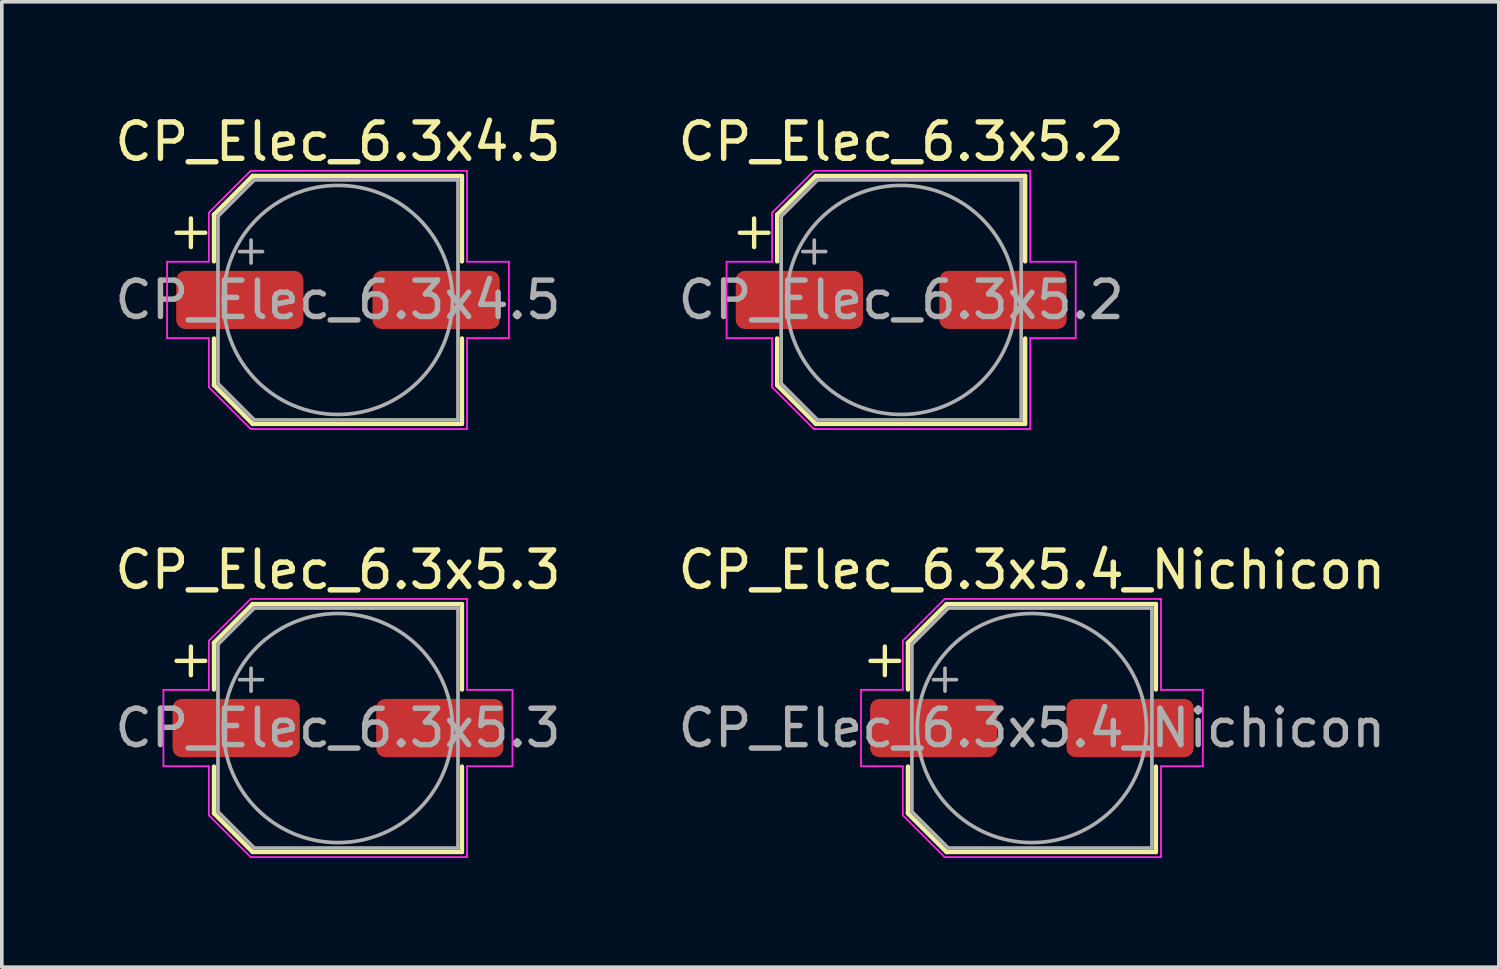
<source format=kicad_pcb>
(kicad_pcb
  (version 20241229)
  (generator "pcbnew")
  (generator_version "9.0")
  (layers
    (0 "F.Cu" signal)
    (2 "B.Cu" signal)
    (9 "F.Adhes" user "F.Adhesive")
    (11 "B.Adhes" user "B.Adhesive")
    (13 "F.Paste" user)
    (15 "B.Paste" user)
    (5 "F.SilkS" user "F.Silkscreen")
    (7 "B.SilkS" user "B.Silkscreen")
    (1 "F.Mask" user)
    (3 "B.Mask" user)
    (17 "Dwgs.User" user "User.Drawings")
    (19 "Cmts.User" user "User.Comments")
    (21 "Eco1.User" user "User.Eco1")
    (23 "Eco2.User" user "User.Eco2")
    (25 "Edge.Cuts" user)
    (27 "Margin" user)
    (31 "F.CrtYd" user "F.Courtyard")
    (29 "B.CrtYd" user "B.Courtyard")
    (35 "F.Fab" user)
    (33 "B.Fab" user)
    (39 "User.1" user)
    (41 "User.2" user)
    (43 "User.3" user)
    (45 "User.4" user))
  (footprint "CP_Elec_6.3x5.2"
    (layer "F.Cu")
    (at 21.732 5.198)
    (property "Reference" "CP_Elec_6.3x5.2" (at 0 -4.35 0) (layer "F.SilkS") (effects (font (size 1 1) (thickness 0.15))))
    (attr smd)
    (fp_line (start -4.438 -1.847) (end -3.65 -1.847) (stroke (width 0.12) (type solid)) (layer "F.SilkS"))
    (fp_line (start -4.044 -2.241) (end -4.044 -1.454) (stroke (width 0.12) (type solid)) (layer "F.SilkS"))
    (fp_line (start -3.41 -2.346) (end -3.41 -1.06) (stroke (width 0.12) (type solid)) (layer "F.SilkS"))
    (fp_line (start -3.41 -2.346) (end -2.346 -3.41) (stroke (width 0.12) (type solid)) (layer "F.SilkS"))
    (fp_line (start -3.41 2.346) (end -3.41 1.06) (stroke (width 0.12) (type solid)) (layer "F.SilkS"))
    (fp_line (start -3.41 2.346) (end -2.346 3.41) (stroke (width 0.12) (type solid)) (layer "F.SilkS"))
    (fp_line (start -2.346 -3.41) (end 3.41 -3.41) (stroke (width 0.12) (type solid)) (layer "F.SilkS"))
    (fp_line (start -2.346 3.41) (end 3.41 3.41) (stroke (width 0.12) (type solid)) (layer "F.SilkS"))
    (fp_line (start 3.41 -3.41) (end 3.41 -1.06) (stroke (width 0.12) (type solid)) (layer "F.SilkS"))
    (fp_line (start 3.41 3.41) (end 3.41 1.06) (stroke (width 0.12) (type solid)) (layer "F.SilkS"))
    (fp_line (start -4.8 -1.05) (end -4.8 1.05) (stroke (width 0.05) (type solid)) (layer "F.CrtYd"))
    (fp_line (start -4.8 1.05) (end -3.55 1.05) (stroke (width 0.05) (type solid)) (layer "F.CrtYd"))
    (fp_line (start -3.55 -2.4) (end -3.55 -1.05) (stroke (width 0.05) (type solid)) (layer "F.CrtYd"))
    (fp_line (start -3.55 -2.4) (end -2.4 -3.55) (stroke (width 0.05) (type solid)) (layer "F.CrtYd"))
    (fp_line (start -3.55 -1.05) (end -4.8 -1.05) (stroke (width 0.05) (type solid)) (layer "F.CrtYd"))
    (fp_line (start -3.55 1.05) (end -3.55 2.4) (stroke (width 0.05) (type solid)) (layer "F.CrtYd"))
    (fp_line (start -3.55 2.4) (end -2.4 3.55) (stroke (width 0.05) (type solid)) (layer "F.CrtYd"))
    (fp_line (start -2.4 -3.55) (end 3.55 -3.55) (stroke (width 0.05) (type solid)) (layer "F.CrtYd"))
    (fp_line (start -2.4 3.55) (end 3.55 3.55) (stroke (width 0.05) (type solid)) (layer "F.CrtYd"))
    (fp_line (start 3.55 -3.55) (end 3.55 -1.05) (stroke (width 0.05) (type solid)) (layer "F.CrtYd"))
    (fp_line (start 3.55 -1.05) (end 4.8 -1.05) (stroke (width 0.05) (type solid)) (layer "F.CrtYd"))
    (fp_line (start 3.55 1.05) (end 3.55 3.55) (stroke (width 0.05) (type solid)) (layer "F.CrtYd"))
    (fp_line (start 4.8 -1.05) (end 4.8 1.05) (stroke (width 0.05) (type solid)) (layer "F.CrtYd"))
    (fp_line (start 4.8 1.05) (end 3.55 1.05) (stroke (width 0.05) (type solid)) (layer "F.CrtYd"))
    (fp_line (start -3.3 -2.3) (end -3.3 2.3) (stroke (width 0.1) (type solid)) (layer "F.Fab"))
    (fp_line (start -3.3 -2.3) (end -2.3 -3.3) (stroke (width 0.1) (type solid)) (layer "F.Fab"))
    (fp_line (start -3.3 2.3) (end -2.3 3.3) (stroke (width 0.1) (type solid)) (layer "F.Fab"))
    (fp_line (start -2.705 -1.33) (end -2.075 -1.33) (stroke (width 0.1) (type solid)) (layer "F.Fab"))
    (fp_line (start -2.39 -1.645) (end -2.39 -1.015) (stroke (width 0.1) (type solid)) (layer "F.Fab"))
    (fp_line (start -2.3 -3.3) (end 3.3 -3.3) (stroke (width 0.1) (type solid)) (layer "F.Fab"))
    (fp_line (start -2.3 3.3) (end 3.3 3.3) (stroke (width 0.1) (type solid)) (layer "F.Fab"))
    (fp_line (start 3.3 -3.3) (end 3.3 3.3) (stroke (width 0.1) (type solid)) (layer "F.Fab"))
    (fp_circle (center 0 0) (end 3.15 0) (stroke (width 0.1) (type solid)) (fill no) (layer "F.Fab"))
    (fp_text user "${REFERENCE}" (at 0 0 0) (layer "F.Fab") (effects (font (size 1 1) (thickness 0.15))))
    (pad "1" smd roundrect (at -2.8 0) (size 3.5 1.6) (layers "F.Cu" "F.Mask" "F.Paste") (roundrect_rratio 0.156))
    (pad "2" smd roundrect (at 2.8 0) (size 3.5 1.6) (layers "F.Cu" "F.Mask" "F.Paste") (roundrect_rratio 0.156)))
  (footprint "CP_Elec_6.3x5.3"
    (layer "F.Cu")
    (at 6.244 16.971)
    (property "Reference" "CP_Elec_6.3x5.3" (at 0 -4.35 0) (layer "F.SilkS") (effects (font (size 1 1) (thickness 0.15))))
    (attr smd)
    (fp_line (start -4.438 -1.847) (end -3.65 -1.847) (stroke (width 0.12) (type solid)) (layer "F.SilkS"))
    (fp_line (start -4.044 -2.241) (end -4.044 -1.454) (stroke (width 0.12) (type solid)) (layer "F.SilkS"))
    (fp_line (start -3.41 -2.346) (end -3.41 -1.06) (stroke (width 0.12) (type solid)) (layer "F.SilkS"))
    (fp_line (start -3.41 -2.346) (end -2.346 -3.41) (stroke (width 0.12) (type solid)) (layer "F.SilkS"))
    (fp_line (start -3.41 2.346) (end -3.41 1.06) (stroke (width 0.12) (type solid)) (layer "F.SilkS"))
    (fp_line (start -3.41 2.346) (end -2.346 3.41) (stroke (width 0.12) (type solid)) (layer "F.SilkS"))
    (fp_line (start -2.346 -3.41) (end 3.41 -3.41) (stroke (width 0.12) (type solid)) (layer "F.SilkS"))
    (fp_line (start -2.346 3.41) (end 3.41 3.41) (stroke (width 0.12) (type solid)) (layer "F.SilkS"))
    (fp_line (start 3.41 -3.41) (end 3.41 -1.06) (stroke (width 0.12) (type solid)) (layer "F.SilkS"))
    (fp_line (start 3.41 3.41) (end 3.41 1.06) (stroke (width 0.12) (type solid)) (layer "F.SilkS"))
    (fp_line (start -4.8 -1.05) (end -4.8 1.05) (stroke (width 0.05) (type solid)) (layer "F.CrtYd"))
    (fp_line (start -4.8 1.05) (end -3.55 1.05) (stroke (width 0.05) (type solid)) (layer "F.CrtYd"))
    (fp_line (start -3.55 -2.4) (end -3.55 -1.05) (stroke (width 0.05) (type solid)) (layer "F.CrtYd"))
    (fp_line (start -3.55 -2.4) (end -2.4 -3.55) (stroke (width 0.05) (type solid)) (layer "F.CrtYd"))
    (fp_line (start -3.55 -1.05) (end -4.8 -1.05) (stroke (width 0.05) (type solid)) (layer "F.CrtYd"))
    (fp_line (start -3.55 1.05) (end -3.55 2.4) (stroke (width 0.05) (type solid)) (layer "F.CrtYd"))
    (fp_line (start -3.55 2.4) (end -2.4 3.55) (stroke (width 0.05) (type solid)) (layer "F.CrtYd"))
    (fp_line (start -2.4 -3.55) (end 3.55 -3.55) (stroke (width 0.05) (type solid)) (layer "F.CrtYd"))
    (fp_line (start -2.4 3.55) (end 3.55 3.55) (stroke (width 0.05) (type solid)) (layer "F.CrtYd"))
    (fp_line (start 3.55 -3.55) (end 3.55 -1.05) (stroke (width 0.05) (type solid)) (layer "F.CrtYd"))
    (fp_line (start 3.55 -1.05) (end 4.8 -1.05) (stroke (width 0.05) (type solid)) (layer "F.CrtYd"))
    (fp_line (start 3.55 1.05) (end 3.55 3.55) (stroke (width 0.05) (type solid)) (layer "F.CrtYd"))
    (fp_line (start 4.8 -1.05) (end 4.8 1.05) (stroke (width 0.05) (type solid)) (layer "F.CrtYd"))
    (fp_line (start 4.8 1.05) (end 3.55 1.05) (stroke (width 0.05) (type solid)) (layer "F.CrtYd"))
    (fp_line (start -3.3 -2.3) (end -3.3 2.3) (stroke (width 0.1) (type solid)) (layer "F.Fab"))
    (fp_line (start -3.3 -2.3) (end -2.3 -3.3) (stroke (width 0.1) (type solid)) (layer "F.Fab"))
    (fp_line (start -3.3 2.3) (end -2.3 3.3) (stroke (width 0.1) (type solid)) (layer "F.Fab"))
    (fp_line (start -2.705 -1.33) (end -2.075 -1.33) (stroke (width 0.1) (type solid)) (layer "F.Fab"))
    (fp_line (start -2.39 -1.645) (end -2.39 -1.015) (stroke (width 0.1) (type solid)) (layer "F.Fab"))
    (fp_line (start -2.3 -3.3) (end 3.3 -3.3) (stroke (width 0.1) (type solid)) (layer "F.Fab"))
    (fp_line (start -2.3 3.3) (end 3.3 3.3) (stroke (width 0.1) (type solid)) (layer "F.Fab"))
    (fp_line (start 3.3 -3.3) (end 3.3 3.3) (stroke (width 0.1) (type solid)) (layer "F.Fab"))
    (fp_circle (center 0 0) (end 3.15 0) (stroke (width 0.1) (type solid)) (fill no) (layer "F.Fab"))
    (fp_text user "${REFERENCE}" (at 0 0 0) (layer "F.Fab") (effects (font (size 1 1) (thickness 0.15))))
    (pad "1" smd roundrect (at -2.8 0) (size 3.5 1.6) (layers "F.Cu" "F.Mask" "F.Paste") (roundrect_rratio 0.156))
    (pad "2" smd roundrect (at 2.8 0) (size 3.5 1.6) (layers "F.Cu" "F.Mask" "F.Paste") (roundrect_rratio 0.156)))
  (footprint "CP_Elec_6.3x5.4_Nichicon"
    (layer "F.Cu")
    (at 25.327 16.971)
    (property "Reference" "CP_Elec_6.3x5.4_Nichicon" (at 0 -4.35 0) (layer "F.SilkS") (effects (font (size 1 1) (thickness 0.15))))
    (attr smd)
    (fp_line (start -4.438 -1.847) (end -3.65 -1.847) (stroke (width 0.12) (type solid)) (layer "F.SilkS"))
    (fp_line (start -4.044 -2.241) (end -4.044 -1.454) (stroke (width 0.12) (type solid)) (layer "F.SilkS"))
    (fp_line (start -3.41 -2.346) (end -3.41 -1.06) (stroke (width 0.12) (type solid)) (layer "F.SilkS"))
    (fp_line (start -3.41 -2.346) (end -2.346 -3.41) (stroke (width 0.12) (type solid)) (layer "F.SilkS"))
    (fp_line (start -3.41 2.346) (end -3.41 1.06) (stroke (width 0.12) (type solid)) (layer "F.SilkS"))
    (fp_line (start -3.41 2.346) (end -2.346 3.41) (stroke (width 0.12) (type solid)) (layer "F.SilkS"))
    (fp_line (start -2.346 -3.41) (end 3.41 -3.41) (stroke (width 0.12) (type solid)) (layer "F.SilkS"))
    (fp_line (start -2.346 3.41) (end 3.41 3.41) (stroke (width 0.12) (type solid)) (layer "F.SilkS"))
    (fp_line (start 3.41 -3.41) (end 3.41 -1.06) (stroke (width 0.12) (type solid)) (layer "F.SilkS"))
    (fp_line (start 3.41 3.41) (end 3.41 1.06) (stroke (width 0.12) (type solid)) (layer "F.SilkS"))
    (fp_line (start -4.7 -1.05) (end -4.7 1.05) (stroke (width 0.05) (type solid)) (layer "F.CrtYd"))
    (fp_line (start -4.7 1.05) (end -3.55 1.05) (stroke (width 0.05) (type solid)) (layer "F.CrtYd"))
    (fp_line (start -3.55 -2.4) (end -3.55 -1.05) (stroke (width 0.05) (type solid)) (layer "F.CrtYd"))
    (fp_line (start -3.55 -2.4) (end -2.4 -3.55) (stroke (width 0.05) (type solid)) (layer "F.CrtYd"))
    (fp_line (start -3.55 -1.05) (end -4.7 -1.05) (stroke (width 0.05) (type solid)) (layer "F.CrtYd"))
    (fp_line (start -3.55 1.05) (end -3.55 2.4) (stroke (width 0.05) (type solid)) (layer "F.CrtYd"))
    (fp_line (start -3.55 2.4) (end -2.4 3.55) (stroke (width 0.05) (type solid)) (layer "F.CrtYd"))
    (fp_line (start -2.4 -3.55) (end 3.55 -3.55) (stroke (width 0.05) (type solid)) (layer "F.CrtYd"))
    (fp_line (start -2.4 3.55) (end 3.55 3.55) (stroke (width 0.05) (type solid)) (layer "F.CrtYd"))
    (fp_line (start 3.55 -3.55) (end 3.55 -1.05) (stroke (width 0.05) (type solid)) (layer "F.CrtYd"))
    (fp_line (start 3.55 -1.05) (end 4.7 -1.05) (stroke (width 0.05) (type solid)) (layer "F.CrtYd"))
    (fp_line (start 3.55 1.05) (end 3.55 3.55) (stroke (width 0.05) (type solid)) (layer "F.CrtYd"))
    (fp_line (start 4.7 -1.05) (end 4.7 1.05) (stroke (width 0.05) (type solid)) (layer "F.CrtYd"))
    (fp_line (start 4.7 1.05) (end 3.55 1.05) (stroke (width 0.05) (type solid)) (layer "F.CrtYd"))
    (fp_line (start -3.3 -2.3) (end -3.3 2.3) (stroke (width 0.1) (type solid)) (layer "F.Fab"))
    (fp_line (start -3.3 -2.3) (end -2.3 -3.3) (stroke (width 0.1) (type solid)) (layer "F.Fab"))
    (fp_line (start -3.3 2.3) (end -2.3 3.3) (stroke (width 0.1) (type solid)) (layer "F.Fab"))
    (fp_line (start -2.705 -1.33) (end -2.075 -1.33) (stroke (width 0.1) (type solid)) (layer "F.Fab"))
    (fp_line (start -2.39 -1.645) (end -2.39 -1.015) (stroke (width 0.1) (type solid)) (layer "F.Fab"))
    (fp_line (start -2.3 -3.3) (end 3.3 -3.3) (stroke (width 0.1) (type solid)) (layer "F.Fab"))
    (fp_line (start -2.3 3.3) (end 3.3 3.3) (stroke (width 0.1) (type solid)) (layer "F.Fab"))
    (fp_line (start 3.3 -3.3) (end 3.3 3.3) (stroke (width 0.1) (type solid)) (layer "F.Fab"))
    (fp_circle (center 0 0) (end 3.15 0) (stroke (width 0.1) (type solid)) (fill no) (layer "F.Fab"))
    (fp_text user "${REFERENCE}" (at 0 0 0) (layer "F.Fab") (effects (font (size 1 1) (thickness 0.15))))
    (pad "1" smd roundrect (at -2.7 0) (size 3.5 1.6) (layers "F.Cu" "F.Mask" "F.Paste") (roundrect_rratio 0.156))
    (pad "2" smd roundrect (at 2.7 0) (size 3.5 1.6) (layers "F.Cu" "F.Mask" "F.Paste") (roundrect_rratio 0.156)))
  (footprint "CP_Elec_6.3x4.5"
    (layer "F.Cu")
    (at 6.244 5.198)
    (property "Reference" "CP_Elec_6.3x4.5" (at 0 -4.35 0) (layer "F.SilkS") (effects (font (size 1 1) (thickness 0.15))))
    (attr smd)
    (fp_line (start -4.438 -1.847) (end -3.65 -1.847) (stroke (width 0.12) (type solid)) (layer "F.SilkS"))
    (fp_line (start -4.044 -2.241) (end -4.044 -1.454) (stroke (width 0.12) (type solid)) (layer "F.SilkS"))
    (fp_line (start -3.41 -2.346) (end -3.41 -1.06) (stroke (width 0.12) (type solid)) (layer "F.SilkS"))
    (fp_line (start -3.41 -2.346) (end -2.346 -3.41) (stroke (width 0.12) (type solid)) (layer "F.SilkS"))
    (fp_line (start -3.41 2.346) (end -3.41 1.06) (stroke (width 0.12) (type solid)) (layer "F.SilkS"))
    (fp_line (start -3.41 2.346) (end -2.346 3.41) (stroke (width 0.12) (type solid)) (layer "F.SilkS"))
    (fp_line (start -2.346 -3.41) (end 3.41 -3.41) (stroke (width 0.12) (type solid)) (layer "F.SilkS"))
    (fp_line (start -2.346 3.41) (end 3.41 3.41) (stroke (width 0.12) (type solid)) (layer "F.SilkS"))
    (fp_line (start 3.41 -3.41) (end 3.41 -1.06) (stroke (width 0.12) (type solid)) (layer "F.SilkS"))
    (fp_line (start 3.41 3.41) (end 3.41 1.06) (stroke (width 0.12) (type solid)) (layer "F.SilkS"))
    (fp_line (start -4.7 -1.05) (end -4.7 1.05) (stroke (width 0.05) (type solid)) (layer "F.CrtYd"))
    (fp_line (start -4.7 1.05) (end -3.55 1.05) (stroke (width 0.05) (type solid)) (layer "F.CrtYd"))
    (fp_line (start -3.55 -2.4) (end -3.55 -1.05) (stroke (width 0.05) (type solid)) (layer "F.CrtYd"))
    (fp_line (start -3.55 -2.4) (end -2.4 -3.55) (stroke (width 0.05) (type solid)) (layer "F.CrtYd"))
    (fp_line (start -3.55 -1.05) (end -4.7 -1.05) (stroke (width 0.05) (type solid)) (layer "F.CrtYd"))
    (fp_line (start -3.55 1.05) (end -3.55 2.4) (stroke (width 0.05) (type solid)) (layer "F.CrtYd"))
    (fp_line (start -3.55 2.4) (end -2.4 3.55) (stroke (width 0.05) (type solid)) (layer "F.CrtYd"))
    (fp_line (start -2.4 -3.55) (end 3.55 -3.55) (stroke (width 0.05) (type solid)) (layer "F.CrtYd"))
    (fp_line (start -2.4 3.55) (end 3.55 3.55) (stroke (width 0.05) (type solid)) (layer "F.CrtYd"))
    (fp_line (start 3.55 -3.55) (end 3.55 -1.05) (stroke (width 0.05) (type solid)) (layer "F.CrtYd"))
    (fp_line (start 3.55 -1.05) (end 4.7 -1.05) (stroke (width 0.05) (type solid)) (layer "F.CrtYd"))
    (fp_line (start 3.55 1.05) (end 3.55 3.55) (stroke (width 0.05) (type solid)) (layer "F.CrtYd"))
    (fp_line (start 4.7 -1.05) (end 4.7 1.05) (stroke (width 0.05) (type solid)) (layer "F.CrtYd"))
    (fp_line (start 4.7 1.05) (end 3.55 1.05) (stroke (width 0.05) (type solid)) (layer "F.CrtYd"))
    (fp_line (start -3.3 -2.3) (end -3.3 2.3) (stroke (width 0.1) (type solid)) (layer "F.Fab"))
    (fp_line (start -3.3 -2.3) (end -2.3 -3.3) (stroke (width 0.1) (type solid)) (layer "F.Fab"))
    (fp_line (start -3.3 2.3) (end -2.3 3.3) (stroke (width 0.1) (type solid)) (layer "F.Fab"))
    (fp_line (start -2.705 -1.33) (end -2.075 -1.33) (stroke (width 0.1) (type solid)) (layer "F.Fab"))
    (fp_line (start -2.39 -1.645) (end -2.39 -1.015) (stroke (width 0.1) (type solid)) (layer "F.Fab"))
    (fp_line (start -2.3 -3.3) (end 3.3 -3.3) (stroke (width 0.1) (type solid)) (layer "F.Fab"))
    (fp_line (start -2.3 3.3) (end 3.3 3.3) (stroke (width 0.1) (type solid)) (layer "F.Fab"))
    (fp_line (start 3.3 -3.3) (end 3.3 3.3) (stroke (width 0.1) (type solid)) (layer "F.Fab"))
    (fp_circle (center 0 0) (end 3.15 0) (stroke (width 0.1) (type solid)) (fill no) (layer "F.Fab"))
    (fp_text user "${REFERENCE}" (at 0 0 0) (layer "F.Fab") (effects (font (size 1 1) (thickness 0.15))))
    (pad "1" smd roundrect (at -2.7 0) (size 3.5 1.6) (layers "F.Cu" "F.Mask" "F.Paste") (roundrect_rratio 0.156))
    (pad "2" smd roundrect (at 2.7 0) (size 3.5 1.6) (layers "F.Cu" "F.Mask" "F.Paste") (roundrect_rratio 0.156)))
  (gr_rect
    (start -3 -3)
    (end 38.167 23.547)
    (stroke (width 0.1) (type default))
    (fill no)
    (layer "Edge.Cuts")))
</source>
